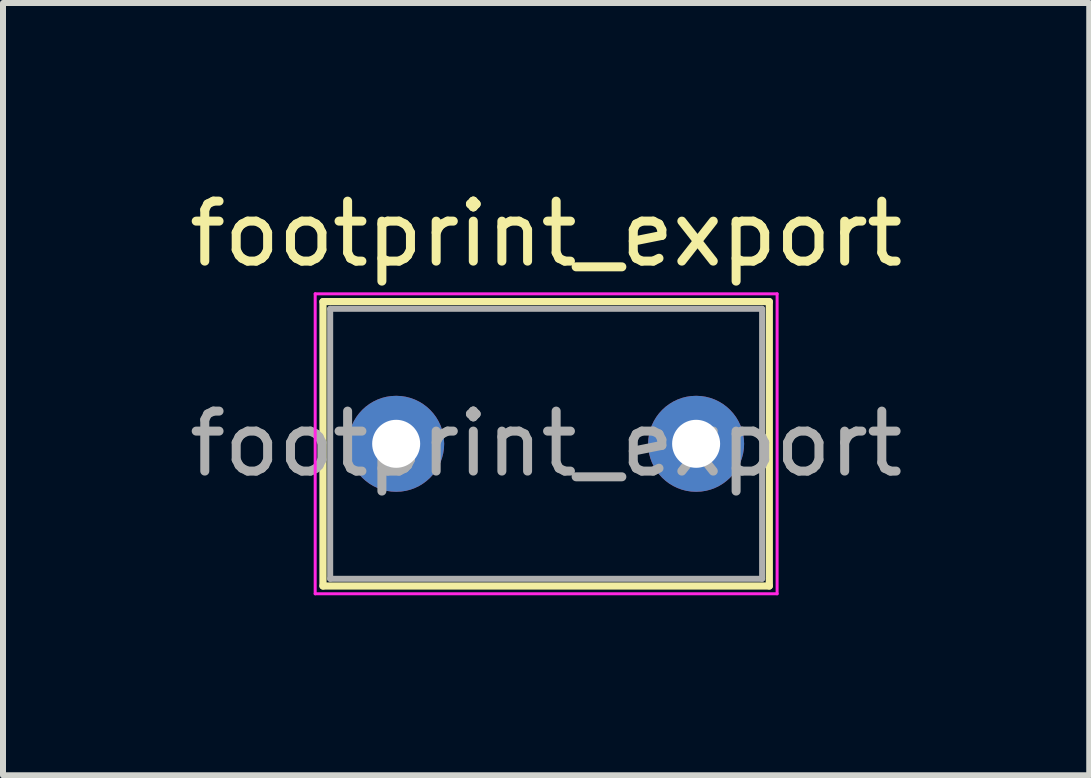
<source format=kicad_pcb>
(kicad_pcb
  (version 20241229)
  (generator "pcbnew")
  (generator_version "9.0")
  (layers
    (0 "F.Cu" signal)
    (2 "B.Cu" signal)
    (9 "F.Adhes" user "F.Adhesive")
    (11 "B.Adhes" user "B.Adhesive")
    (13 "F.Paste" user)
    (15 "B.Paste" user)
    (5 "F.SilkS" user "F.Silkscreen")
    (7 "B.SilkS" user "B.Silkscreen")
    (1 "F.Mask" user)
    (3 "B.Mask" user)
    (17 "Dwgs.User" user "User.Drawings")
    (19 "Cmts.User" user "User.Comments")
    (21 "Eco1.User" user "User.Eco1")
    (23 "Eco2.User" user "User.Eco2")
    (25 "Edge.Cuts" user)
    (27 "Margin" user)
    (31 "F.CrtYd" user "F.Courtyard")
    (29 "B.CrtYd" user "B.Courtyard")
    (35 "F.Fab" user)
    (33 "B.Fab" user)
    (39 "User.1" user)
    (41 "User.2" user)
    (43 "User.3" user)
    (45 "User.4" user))
  (footprint "footprint_export"
    (layer "F.Cu")
    (at 3.554 4.348)
    (property "Reference" "footprint_export" (at 2.5 -3.5 0) (layer "F.SilkS") (effects (font (size 1 1) (thickness 0.15))))
    (attr through_hole)
    (fp_line (start -1.22 -2.37) (end -1.22 2.37) (stroke (width 0.12) (type solid)) (layer "F.SilkS"))
    (fp_line (start -1.22 -2.37) (end 6.22 -2.37) (stroke (width 0.12) (type solid)) (layer "F.SilkS"))
    (fp_line (start -1.22 2.37) (end 6.22 2.37) (stroke (width 0.12) (type solid)) (layer "F.SilkS"))
    (fp_line (start 6.22 -2.37) (end 6.22 2.37) (stroke (width 0.12) (type solid)) (layer "F.SilkS"))
    (fp_line (start -1.35 -2.5) (end -1.35 2.5) (stroke (width 0.05) (type solid)) (layer "F.CrtYd"))
    (fp_line (start -1.35 2.5) (end 6.35 2.5) (stroke (width 0.05) (type solid)) (layer "F.CrtYd"))
    (fp_line (start 6.35 -2.5) (end -1.35 -2.5) (stroke (width 0.05) (type solid)) (layer "F.CrtYd"))
    (fp_line (start 6.35 2.5) (end 6.35 -2.5) (stroke (width 0.05) (type solid)) (layer "F.CrtYd"))
    (fp_line (start -1.1 -2.25) (end -1.1 2.25) (stroke (width 0.1) (type solid)) (layer "F.Fab"))
    (fp_line (start -1.1 2.25) (end 6.1 2.25) (stroke (width 0.1) (type solid)) (layer "F.Fab"))
    (fp_line (start 6.1 -2.25) (end -1.1 -2.25) (stroke (width 0.1) (type solid)) (layer "F.Fab"))
    (fp_line (start 6.1 2.25) (end 6.1 -2.25) (stroke (width 0.1) (type solid)) (layer "F.Fab"))
    (fp_text user "${REFERENCE}" (at 2.5 0 0) (layer "F.Fab") (effects (font (size 1 1) (thickness 0.15))))
    (pad "1" thru_hole circle (at 0 0) (size 1.6 1.6) (drill 0.8) (layers "*.Cu" "*.Mask"))
    (pad "2" thru_hole circle (at 5 0) (size 1.6 1.6) (drill 0.8) (layers "*.Cu" "*.Mask")))
  (gr_rect
    (start -3 -3)
    (end 15.107 9.873)
    (stroke (width 0.1) (type default))
    (fill no)
    (layer "Edge.Cuts")))
</source>
